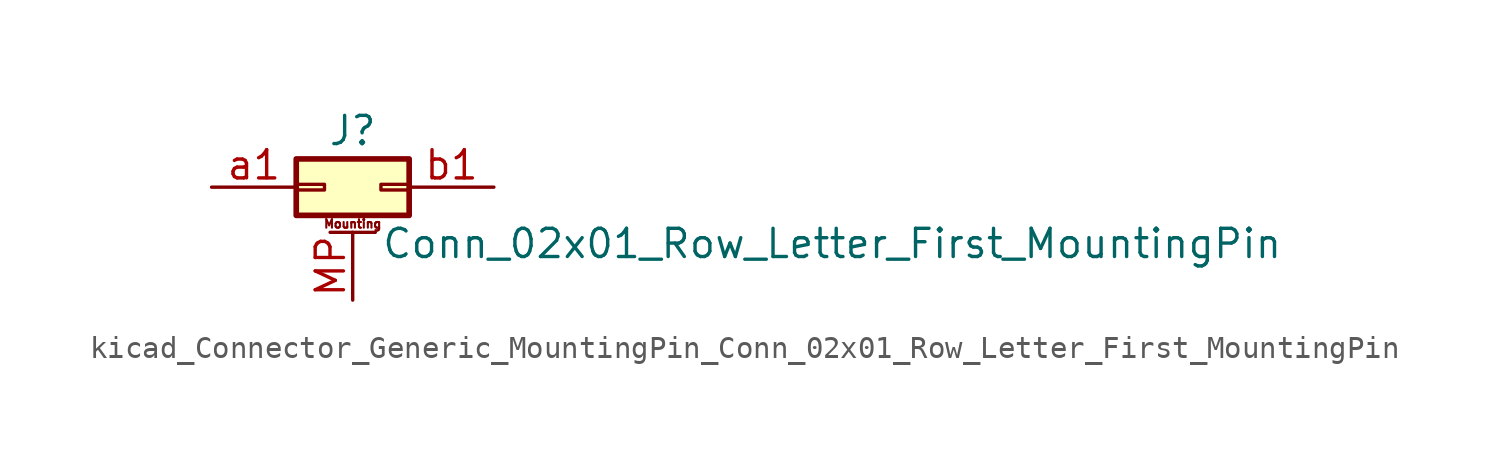
<source format=kicad_sym>
(kicad_symbol_lib
  (version 20220914)
  (generator kicad_symbol_editor)
  (symbol "kicad_Connector_Generic_MountingPin_Conn_02x01_Row_Letter_First_MountingPin"
    (pin_names
      (offset 1.016) hide)
    (property "Reference" "J"
      (at 1.27 2.54 0)
      (effects (font (size 1.27 1.27))))
    (property "Value" "Conn_02x01_Row_Letter_First_MountingPin"
      (at 2.54 -2.54 0)
      (effects (font (size 1.27 1.27)) (justify left)))
    (symbol "kicad_Connector_Generic_MountingPin_Conn_02x01_Row_Letter_First_MountingPin_1_1"
      (rectangle (start -1.27 0.127) (end 0 -0.127) (stroke (width 0.152) (type default)) (fill (type none)))
      (rectangle (start -1.27 1.27) (end 3.81 -1.27) (stroke (width 0.254) (type default)) (fill (type background)))
      (polyline (pts (xy 0.254 -2.032) (xy 2.286 -2.032)) (stroke (width 0.152) (type default)) (fill (type none)))
      (rectangle (start 3.81 0.127) (end 2.54 -0.127) (stroke (width 0.152) (type default)) (fill (type none)))
      (text "Mounting" (at 1.27 -1.651 0) (effects (font (size 0.381 0.381))))
      (pin passive line (at 1.27 -5.08 90) (length 3.048) (name "MountPin" (effects (font (size 1.27 1.27)))) (number "MP" (effects (font (size 1.27 1.27)))))
      (pin passive line (at -5.08 0 0) (length 3.81) (name "Pin_a1" (effects (font (size 1.27 1.27)))) (number "a1" (effects (font (size 1.27 1.27)))))
      (pin passive line (at 7.62 0 180) (length 3.81) (name "Pin_b1" (effects (font (size 1.27 1.27)))) (number "b1" (effects (font (size 1.27 1.27))))))))
</source>
